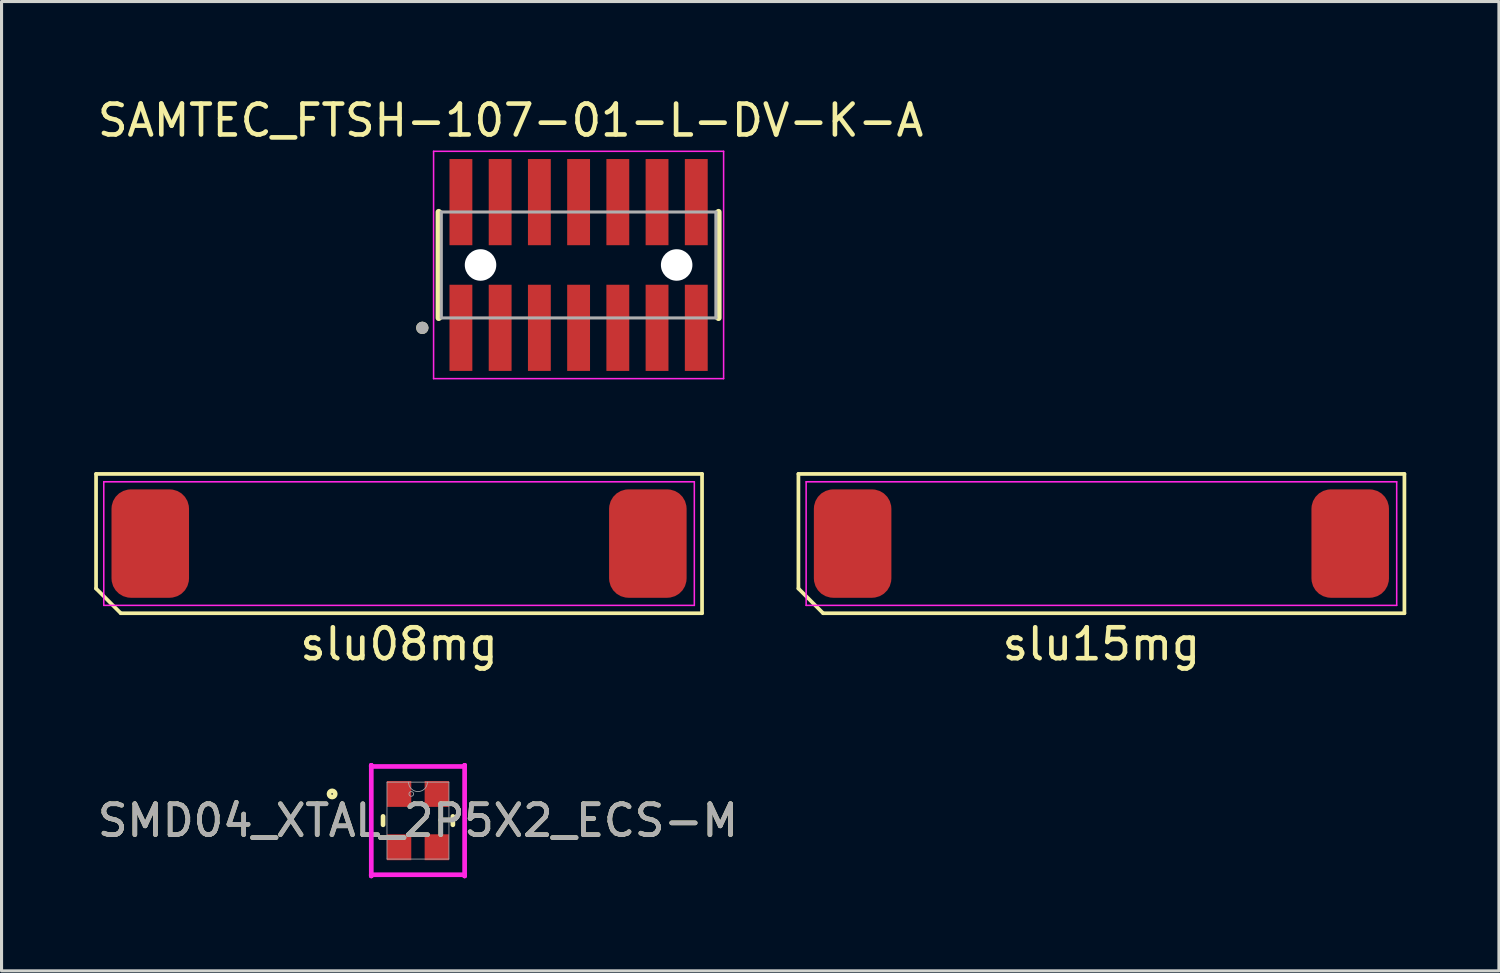
<source format=kicad_pcb>
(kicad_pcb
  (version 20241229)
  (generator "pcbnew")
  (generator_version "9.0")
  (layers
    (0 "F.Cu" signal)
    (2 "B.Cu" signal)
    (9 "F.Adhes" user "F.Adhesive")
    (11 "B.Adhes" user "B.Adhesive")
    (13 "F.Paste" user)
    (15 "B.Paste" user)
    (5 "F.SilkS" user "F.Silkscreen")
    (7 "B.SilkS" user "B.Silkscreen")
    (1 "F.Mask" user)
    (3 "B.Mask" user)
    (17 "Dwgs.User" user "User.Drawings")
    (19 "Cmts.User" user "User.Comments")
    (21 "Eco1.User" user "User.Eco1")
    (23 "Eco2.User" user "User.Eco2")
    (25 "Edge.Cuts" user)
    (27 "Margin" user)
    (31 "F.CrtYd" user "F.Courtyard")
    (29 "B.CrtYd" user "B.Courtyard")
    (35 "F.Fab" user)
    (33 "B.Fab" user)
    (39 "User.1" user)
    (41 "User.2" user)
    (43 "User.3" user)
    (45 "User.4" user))
  (footprint "SMD04_XTAL_2P5X2_ECS-M"
    (layer "F.Cu")
    (at 10.482 23.518)
    (property "Reference" "SMD04_XTAL_2P5X2_ECS-M" (at 0 0 0) (unlocked yes) (layer "F.SilkS") (effects (font (size 1 1) (thickness 0.15))))
    (attr smd)
    (fp_line (start -1.13 -0.136) (end -1.13 0.136) (stroke (width 0.152) (type solid)) (layer "F.SilkS"))
    (fp_line (start 1.13 0.136) (end 1.13 -0.136) (stroke (width 0.152) (type solid)) (layer "F.SilkS"))
    (fp_circle (center -2.779 -0.863) (end -2.678 -0.863) (stroke (width 0.152) (type solid)) (fill no) (layer "F.SilkS"))
    (fp_line (start -1.511 -1.79) (end -1.511 -1.79) (stroke (width 0.152) (type solid)) (layer "F.CrtYd"))
    (fp_line (start -1.511 -1.79) (end -1.511 -1.753) (stroke (width 0.152) (type solid)) (layer "F.CrtYd"))
    (fp_line (start -1.511 -1.753) (end 1.511 -1.753) (stroke (width 0.152) (type solid)) (layer "F.CrtYd"))
    (fp_line (start -1.511 1.753) (end -1.511 1.79) (stroke (width 0.152) (type solid)) (layer "F.CrtYd"))
    (fp_line (start -1.511 1.79) (end -1.511 -1.79) (stroke (width 0.152) (type solid)) (layer "F.CrtYd"))
    (fp_line (start -1.511 1.79) (end -1.511 1.79) (stroke (width 0.152) (type solid)) (layer "F.CrtYd"))
    (fp_line (start 1.511 -1.79) (end 1.511 -1.79) (stroke (width 0.152) (type solid)) (layer "F.CrtYd"))
    (fp_line (start 1.511 -1.79) (end 1.511 1.79) (stroke (width 0.152) (type solid)) (layer "F.CrtYd"))
    (fp_line (start 1.511 -1.753) (end 1.511 -1.79) (stroke (width 0.152) (type solid)) (layer "F.CrtYd"))
    (fp_line (start 1.511 1.753) (end -1.511 1.753) (stroke (width 0.152) (type solid)) (layer "F.CrtYd"))
    (fp_line (start 1.511 1.79) (end 1.511 1.753) (stroke (width 0.152) (type solid)) (layer "F.CrtYd"))
    (fp_line (start 1.511 1.79) (end 1.511 1.79) (stroke (width 0.152) (type solid)) (layer "F.CrtYd"))
    (fp_line (start -1.003 -1.245) (end -1.003 1.245) (stroke (width 0.025) (type solid)) (layer "F.Fab"))
    (fp_line (start -1.003 1.245) (end 1.003 1.245) (stroke (width 0.025) (type solid)) (layer "F.Fab"))
    (fp_line (start 1.003 -1.245) (end -1.003 -1.245) (stroke (width 0.025) (type solid)) (layer "F.Fab"))
    (fp_line (start 1.003 1.245) (end 1.003 -1.245) (stroke (width 0.025) (type solid)) (layer "F.Fab"))
    (fp_arc (start 0.3048 -1.2446) (mid 0 -0.9398) (end -0.3048 -1.2446) (stroke (width 0.0254) (type solid)) (layer "F.Fab"))
    (fp_circle (center -0.216 -0.863) (end -0.14 -0.863) (stroke (width 0.025) (type solid)) (fill no) (layer "F.Fab"))
    (fp_text user "${REFERENCE}" (at 0 0 0) (unlocked yes) (layer "F.Fab") (effects (font (size 1 1) (thickness 0.15))))
    (pad "1" smd rect (at -0.61 -0.863) (size 0.787 0.838) (layers "F.Cu" "F.Mask" "F.Paste"))
    (pad "2" smd rect (at -0.61 0.863) (size 0.787 0.838) (layers "F.Cu" "F.Mask" "F.Paste"))
    (pad "3" smd rect (at 0.61 0.863) (size 0.787 0.838) (layers "F.Cu" "F.Mask" "F.Paste"))
    (pad "4" smd rect (at 0.61 -0.863) (size 0.787 0.838) (layers "F.Cu" "F.Mask" "F.Paste")))
  (footprint "slu15mg"
    (layer "F.Cu")
    (at 32.61 14.549)
    (property "Reference" "slu15mg" (at 0 3.255 0) (layer "F.SilkS") (effects (font (size 1 1) (thickness 0.15))))
    (attr through_hole)
    (fp_line (start -9.81 -2.255) (end 9.81 -2.255) (stroke (width 0.12) (type default)) (layer "F.SilkS"))
    (fp_line (start -9.81 1.455) (end -9.81 -2.255) (stroke (width 0.12) (type default)) (layer "F.SilkS"))
    (fp_line (start -9.01 2.255) (end -9.81 1.455) (stroke (width 0.12) (type default)) (layer "F.SilkS"))
    (fp_line (start 9.81 -2.255) (end 9.81 2.255) (stroke (width 0.12) (type default)) (layer "F.SilkS"))
    (fp_line (start 9.81 2.255) (end -9.01 2.255) (stroke (width 0.12) (type default)) (layer "F.SilkS"))
    (fp_line (start -9.56 -2) (end 9.56 -2) (stroke (width 0.05) (type default)) (layer "F.CrtYd"))
    (fp_line (start -9.56 2) (end -9.56 -2) (stroke (width 0.05) (type default)) (layer "F.CrtYd"))
    (fp_line (start 9.56 -2) (end 9.56 2) (stroke (width 0.05) (type default)) (layer "F.CrtYd"))
    (fp_line (start 9.56 2) (end -9.56 2) (stroke (width 0.05) (type default)) (layer "F.CrtYd"))
    (pad "1" smd roundrect (at -8.055 0) (size 2.51 3.51) (layers "F.Cu" "F.Mask" "F.Paste") (roundrect_rratio 0.25))
    (pad "2" smd roundrect (at 8.055 0) (size 2.51 3.51) (layers "F.Cu" "F.Mask" "F.Paste") (roundrect_rratio 0.25)))
  (footprint "slu08mg"
    (layer "F.Cu")
    (at 9.87 14.549)
    (property "Reference" "slu08mg" (at 0 3.255 0) (layer "F.SilkS") (effects (font (size 1 1) (thickness 0.15))))
    (attr through_hole)
    (fp_line (start -9.81 -2.255) (end 9.81 -2.255) (stroke (width 0.12) (type default)) (layer "F.SilkS"))
    (fp_line (start -9.81 1.455) (end -9.81 -2.255) (stroke (width 0.12) (type default)) (layer "F.SilkS"))
    (fp_line (start -9.01 2.255) (end -9.81 1.455) (stroke (width 0.12) (type default)) (layer "F.SilkS"))
    (fp_line (start 9.81 -2.255) (end 9.81 2.255) (stroke (width 0.12) (type default)) (layer "F.SilkS"))
    (fp_line (start 9.81 2.255) (end -9.01 2.255) (stroke (width 0.12) (type default)) (layer "F.SilkS"))
    (fp_line (start -9.56 -2) (end 9.56 -2) (stroke (width 0.05) (type default)) (layer "F.CrtYd"))
    (fp_line (start -9.56 2) (end -9.56 -2) (stroke (width 0.05) (type default)) (layer "F.CrtYd"))
    (fp_line (start 9.56 -2) (end 9.56 2) (stroke (width 0.05) (type default)) (layer "F.CrtYd"))
    (fp_line (start 9.56 2) (end -9.56 2) (stroke (width 0.05) (type default)) (layer "F.CrtYd"))
    (pad "1" smd roundrect (at -8.055 0) (size 2.51 3.51) (layers "F.Cu" "F.Mask" "F.Paste") (roundrect_rratio 0.25))
    (pad "2" smd roundrect (at 8.055 0) (size 2.51 3.51) (layers "F.Cu" "F.Mask" "F.Paste") (roundrect_rratio 0.25)))
  (footprint "SAMTEC_FTSH-107-01-L-DV-K-A"
    (layer "F.Cu")
    (at 15.683 5.529)
    (property "Reference" "SAMTEC_FTSH-107-01-L-DV-K-A" (at -2.201 -4.681 0) (layer "F.SilkS") (effects (font (size 1 1) (thickness 0.15))))
    (attr smd)
    (fp_circle (center -3.175 0) (end -2.614 0) (stroke (width 0) (type solid)) (fill yes) (layer "B.Mask"))
    (fp_circle (center 3.175 0) (end 3.736 0) (stroke (width 0) (type solid)) (fill yes) (layer "B.Mask"))
    (fp_line (start -4.53 -1.715) (end -4.53 1.715) (stroke (width 0.2) (type solid)) (layer "F.SilkS"))
    (fp_line (start 4.53 1.715) (end 4.53 -1.715) (stroke (width 0.2) (type solid)) (layer "F.SilkS"))
    (fp_circle (center -5.06 2.035) (end -4.96 2.035) (stroke (width 0.2) (type solid)) (fill no) (layer "F.SilkS"))
    (fp_poly (pts (xy -1.64 -3.427) (xy -0.9 -3.427) (xy -0.9 -0.637) (xy -1.64 -0.637)) (stroke (width 0.01) (type solid)) (fill yes) (layer "F.Paste"))
    (fp_poly (pts (xy -1.64 0.637) (xy -0.9 0.637) (xy -0.9 3.427) (xy -1.64 3.427)) (stroke (width 0.01) (type solid)) (fill yes) (layer "F.Paste"))
    (fp_poly (pts (xy -0.37 -3.427) (xy 0.37 -3.427) (xy 0.37 -0.637) (xy -0.37 -0.637)) (stroke (width 0.01) (type solid)) (fill yes) (layer "F.Paste"))
    (fp_poly (pts (xy -0.37 0.637) (xy 0.37 0.637) (xy 0.37 3.427) (xy -0.37 3.427)) (stroke (width 0.01) (type solid)) (fill yes) (layer "F.Paste"))
    (fp_poly (pts (xy 0.9 -3.427) (xy 1.64 -3.427) (xy 1.64 -0.637) (xy 0.9 -0.637)) (stroke (width 0.01) (type solid)) (fill yes) (layer "F.Paste"))
    (fp_poly (pts (xy 0.9 0.637) (xy 1.64 0.637) (xy 1.64 3.427) (xy 0.9 3.427)) (stroke (width 0.01) (type solid)) (fill yes) (layer "F.Paste"))
    (fp_poly (pts (xy 2.17 -3.427) (xy 2.91 -3.427) (xy 2.91 -0.637) (xy 2.17 -0.637)) (stroke (width 0.01) (type solid)) (fill yes) (layer "F.Paste"))
    (fp_poly (pts (xy 2.17 0.637) (xy 2.91 0.637) (xy 2.91 3.427) (xy 2.17 3.427)) (stroke (width 0.01) (type solid)) (fill yes) (layer "F.Paste"))
    (fp_poly (pts (xy 3.44 -3.427) (xy 4.18 -3.427) (xy 4.18 -0.637) (xy 3.44 -0.637)) (stroke (width 0.01) (type solid)) (fill yes) (layer "F.Paste"))
    (fp_poly (pts (xy 3.44 0.637) (xy 4.18 0.637) (xy 4.18 3.427) (xy 3.44 3.427)) (stroke (width 0.01) (type solid)) (fill yes) (layer "F.Paste"))
    (fp_line (start -4.695 -3.68) (end 4.695 -3.68) (stroke (width 0.05) (type solid)) (layer "F.CrtYd"))
    (fp_line (start -4.695 3.68) (end -4.695 -3.68) (stroke (width 0.05) (type solid)) (layer "F.CrtYd"))
    (fp_line (start 4.695 -3.68) (end 4.695 3.68) (stroke (width 0.05) (type solid)) (layer "F.CrtYd"))
    (fp_line (start 4.695 3.68) (end -4.695 3.68) (stroke (width 0.05) (type solid)) (layer "F.CrtYd"))
    (fp_line (start -4.445 1.715) (end -4.445 -1.715) (stroke (width 0.1) (type solid)) (layer "F.Fab"))
    (fp_line (start -4.445 1.715) (end 4.445 1.715) (stroke (width 0.1) (type solid)) (layer "F.Fab"))
    (fp_line (start 4.445 -1.715) (end -4.445 -1.715) (stroke (width 0.1) (type solid)) (layer "F.Fab"))
    (fp_line (start 4.445 1.715) (end 4.445 -1.715) (stroke (width 0.1) (type solid)) (layer "F.Fab"))
    (fp_circle (center -5.06 2.035) (end -4.96 2.035) (stroke (width 0.2) (type solid)) (fill no) (layer "F.Fab"))
    (pad "" np_thru_hole circle (at -3.175 0) (size 1.02 1.02) (drill 1.02) (layers "*.Cu" "*.Mask"))
    (pad "" np_thru_hole circle (at 3.175 0) (size 1.02 1.02) (drill 1.02) (layers "*.Cu" "*.Mask"))
    (pad "01" smd rect (at -3.81 2.035) (size 0.74 2.79) (layers "F.Cu" "F.Mask" "F.Paste"))
    (pad "02" smd rect (at -3.81 -2.035) (size 0.74 2.79) (layers "F.Cu" "F.Mask" "F.Paste"))
    (pad "03" smd rect (at -2.54 2.035) (size 0.74 2.79) (layers "F.Cu" "F.Mask" "F.Paste"))
    (pad "04" smd rect (at -2.54 -2.035) (size 0.74 2.79) (layers "F.Cu" "F.Mask" "F.Paste"))
    (pad "05" smd rect (at -1.27 2.035) (size 0.74 2.79) (layers "F.Cu" "F.Mask" "F.Paste"))
    (pad "06" smd rect (at -1.27 -2.035) (size 0.74 2.79) (layers "F.Cu" "F.Mask" "F.Paste"))
    (pad "07" smd rect (at 0 2.035) (size 0.74 2.79) (layers "F.Cu" "F.Mask" "F.Paste"))
    (pad "08" smd rect (at 0 -2.035) (size 0.74 2.79) (layers "F.Cu" "F.Mask" "F.Paste"))
    (pad "09" smd rect (at 1.27 2.035) (size 0.74 2.79) (layers "F.Cu" "F.Mask" "F.Paste"))
    (pad "10" smd rect (at 1.27 -2.035) (size 0.74 2.79) (layers "F.Cu" "F.Mask" "F.Paste"))
    (pad "11" smd rect (at 2.54 2.035) (size 0.74 2.79) (layers "F.Cu" "F.Mask" "F.Paste"))
    (pad "12" smd rect (at 2.54 -2.035) (size 0.74 2.79) (layers "F.Cu" "F.Mask" "F.Paste"))
    (pad "13" smd rect (at 3.81 2.035) (size 0.74 2.79) (layers "F.Cu" "F.Mask" "F.Paste"))
    (pad "14" smd rect (at 3.81 -2.035) (size 0.74 2.79) (layers "F.Cu" "F.Mask" "F.Paste")))
  (gr_rect
    (start -3 -3)
    (end 45.48 28.384)
    (stroke (width 0.1) (type default))
    (fill no)
    (layer "Edge.Cuts")))
</source>
